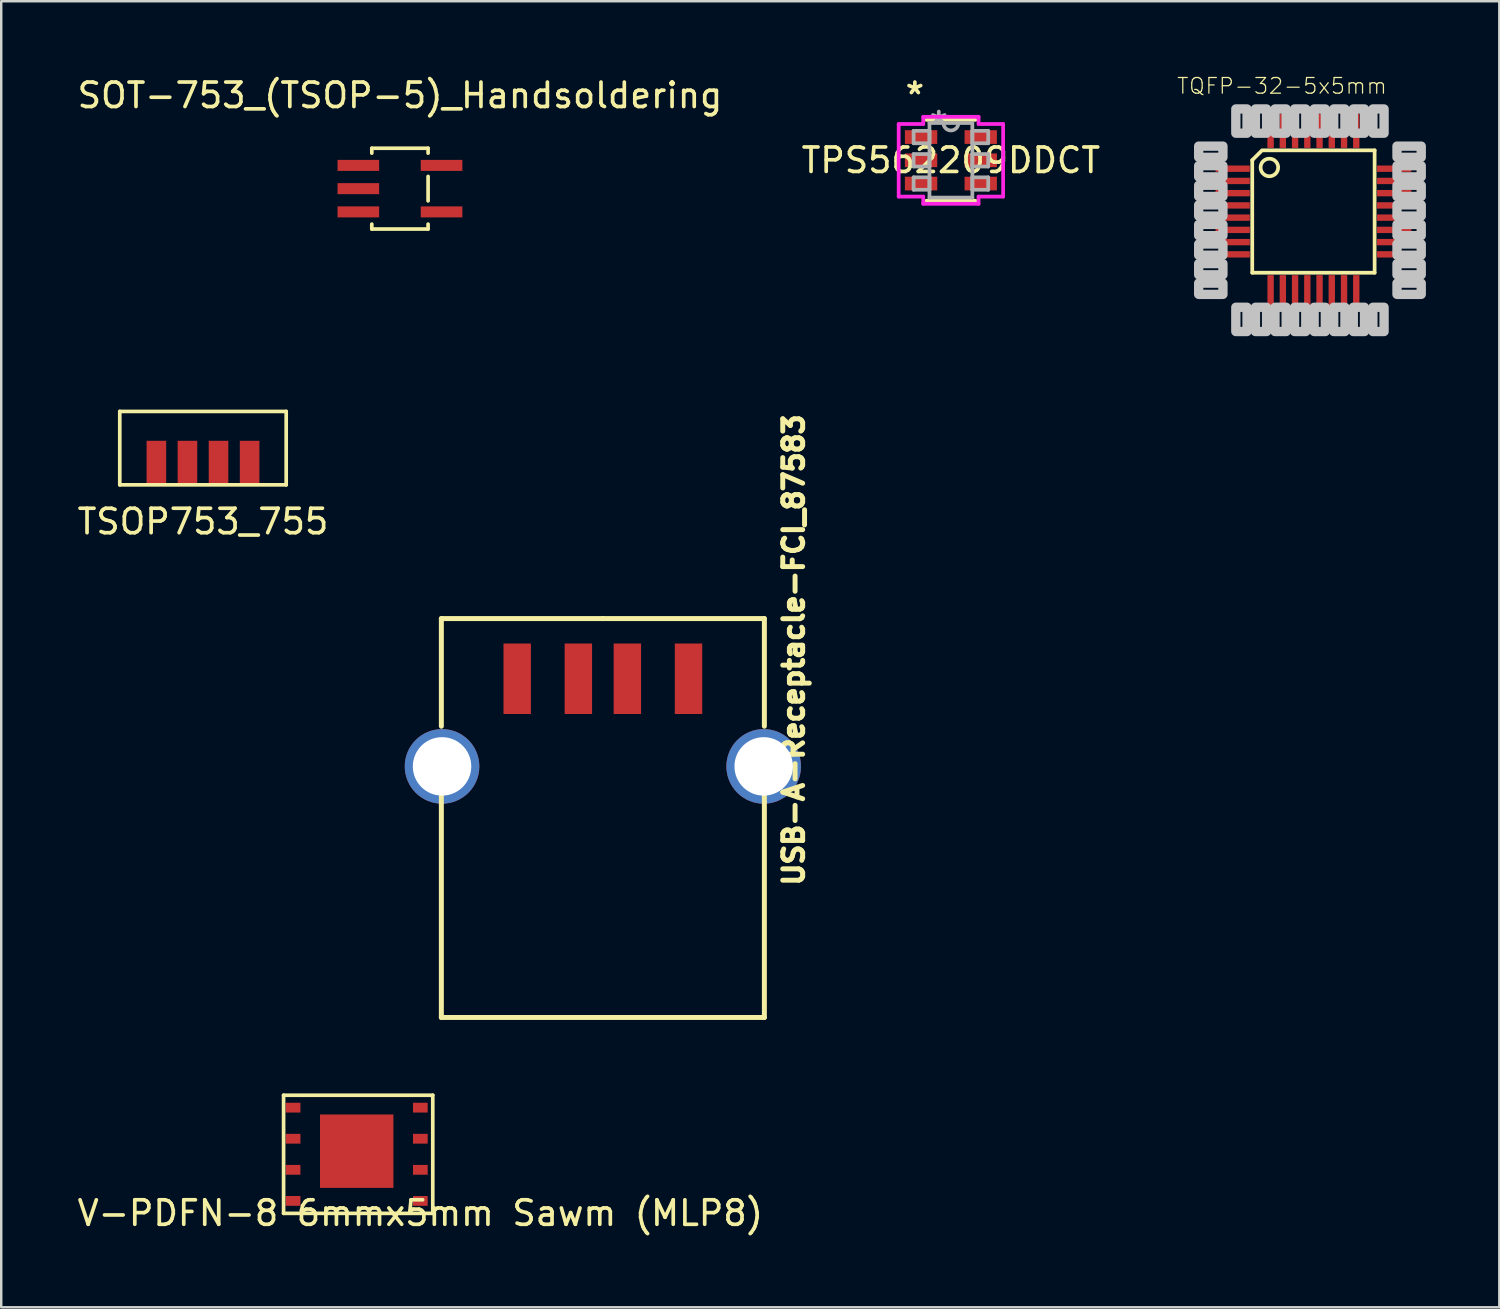
<source format=kicad_pcb>
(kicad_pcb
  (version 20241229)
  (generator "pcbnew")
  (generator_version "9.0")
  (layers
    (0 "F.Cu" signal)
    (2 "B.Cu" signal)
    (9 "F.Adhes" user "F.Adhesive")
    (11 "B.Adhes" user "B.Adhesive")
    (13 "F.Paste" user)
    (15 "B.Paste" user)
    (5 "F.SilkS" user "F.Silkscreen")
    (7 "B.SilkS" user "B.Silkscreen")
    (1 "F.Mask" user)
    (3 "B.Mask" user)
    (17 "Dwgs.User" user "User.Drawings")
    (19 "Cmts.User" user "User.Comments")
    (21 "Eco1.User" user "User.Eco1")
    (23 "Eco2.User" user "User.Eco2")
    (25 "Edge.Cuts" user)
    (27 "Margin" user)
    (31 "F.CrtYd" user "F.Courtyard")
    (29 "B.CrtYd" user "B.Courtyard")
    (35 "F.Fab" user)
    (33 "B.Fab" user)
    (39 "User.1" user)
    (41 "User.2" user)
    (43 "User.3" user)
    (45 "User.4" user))
  (footprint "SOT-753_(TSOP-5)_Handsoldering"
    (layer "F.Cu")
    (at 13.292 4.658)
    (property "Reference" "SOT-753_(TSOP-5)_Handsoldering" (at 0 -3.81 0) (layer "F.SilkS") (effects (font (size 1 1) (thickness 0.15))))
    (attr through_hole)
    (fp_line (start -1.15 -1.65) (end -1.15 -1.45) (stroke (width 0.15) (type solid)) (layer "F.SilkS"))
    (fp_line (start -1.15 -1.65) (end 1.15 -1.65) (stroke (width 0.15) (type solid)) (layer "F.SilkS"))
    (fp_line (start -1.15 1.65) (end -1.15 1.45) (stroke (width 0.15) (type solid)) (layer "F.SilkS"))
    (fp_line (start 1.15 -1.65) (end 1.15 -1.45) (stroke (width 0.15) (type solid)) (layer "F.SilkS"))
    (fp_line (start 1.15 -0.5) (end 1.15 0.5) (stroke (width 0.15) (type solid)) (layer "F.SilkS"))
    (fp_line (start 1.15 1.45) (end 1.15 1.65) (stroke (width 0.15) (type solid)) (layer "F.SilkS"))
    (fp_line (start 1.15 1.65) (end -1.15 1.65) (stroke (width 0.15) (type solid)) (layer "F.SilkS"))
    (pad "1" smd rect (at -1.2 -0.95) (size 1.7 0.45) (drill (offset -0.5 0)) (layers "F.Cu" "F.Mask" "F.Paste"))
    (pad "2" smd rect (at -1.2 0) (size 1.7 0.45) (drill (offset -0.5 0)) (layers "F.Cu" "F.Mask" "F.Paste"))
    (pad "3" smd rect (at -1.2 0.95) (size 1.7 0.45) (drill (offset -0.5 0)) (layers "F.Cu" "F.Mask" "F.Paste"))
    (pad "4" smd rect (at 1.2 0.95) (size 1.7 0.45) (drill (offset 0.5 0)) (layers "F.Cu" "F.Mask" "F.Paste"))
    (pad "5" smd rect (at 1.2 -0.95) (size 1.7 0.45) (drill (offset 0.5 0)) (layers "F.Cu" "F.Mask" "F.Paste")))
  (footprint "V-PDFN-8 6mmx5mm Sawm (MLP8)"
    (layer "F.Cu")
    (at 14.125 46.019)
    (property "Reference" "V-PDFN-8 6mmx5mm Sawm (MLP8)" (at 0 0.5 0) (layer "F.SilkS") (effects (font (size 1 1) (thickness 0.15))))
    (attr through_hole)
    (fp_line (start -5.588 -4.318) (end -5.588 0.508) (stroke (width 0.15) (type solid)) (layer "F.SilkS"))
    (fp_line (start -5.588 0.508) (end 0.508 0.508) (stroke (width 0.15) (type solid)) (layer "F.SilkS"))
    (fp_line (start 0.508 -4.318) (end -5.588 -4.318) (stroke (width 0.15) (type solid)) (layer "F.SilkS"))
    (fp_line (start 0.508 0.508) (end 0.508 -4.318) (stroke (width 0.15) (type solid)) (layer "F.SilkS"))
    (pad "1" smd rect (at 0 -3.81) (size 0.6 0.4) (layers "F.Cu" "F.Mask" "F.Paste"))
    (pad "2" smd rect (at 0 -2.54) (size 0.6 0.4) (layers "F.Cu" "F.Mask" "F.Paste"))
    (pad "3" smd rect (at 0 -1.27) (size 0.6 0.4) (layers "F.Cu" "F.Mask" "F.Paste"))
    (pad "4" smd rect (at 0 0) (size 0.6 0.4) (layers "F.Cu" "F.Mask" "F.Paste"))
    (pad "5" smd rect (at -5.2 0) (size 0.6 0.4) (layers "F.Cu" "F.Mask" "F.Paste"))
    (pad "6" smd rect (at -5.2 -1.27) (size 0.6 0.4) (layers "F.Cu" "F.Mask" "F.Paste"))
    (pad "7" smd rect (at -5.2 -2.54) (size 0.6 0.4) (layers "F.Cu" "F.Mask" "F.Paste"))
    (pad "8" smd rect (at -5.2 -3.81) (size 0.6 0.4) (layers "F.Cu" "F.Mask" "F.Paste"))
    (pad "PAD" smd rect (at -2.6 -2.032) (size 3 3) (layers "F.Cu" "F.Mask" "F.Paste")))
  (footprint "TSOP753_755"
    (layer "F.Cu")
    (at 5.244 15.261)
    (property "Reference" "TSOP753_755" (at 0 3 0) (layer "F.SilkS") (effects (font (size 1 1) (thickness 0.15))))
    (attr through_hole)
    (fp_line (start -3.4 -1.5) (end -3.4 1.5) (stroke (width 0.15) (type solid)) (layer "F.SilkS"))
    (fp_line (start -3.4 -1.5) (end 3.4 -1.5) (stroke (width 0.15) (type solid)) (layer "F.SilkS"))
    (fp_line (start -3.4 1.5) (end 3.4 1.5) (stroke (width 0.15) (type solid)) (layer "F.SilkS"))
    (fp_line (start 3.4 -1.5) (end 3.4 1.5) (stroke (width 0.15) (type solid)) (layer "F.SilkS"))
    (pad "1" smd rect (at -1.905 0.6) (size 0.8 1.8) (layers "F.Cu" "F.Mask" "F.Paste"))
    (pad "2" smd rect (at -0.635 0.6) (size 0.8 1.8) (layers "F.Cu" "F.Mask" "F.Paste"))
    (pad "3" smd rect (at 0.635 0.6) (size 0.8 1.8) (layers "F.Cu" "F.Mask" "F.Paste"))
    (pad "4" smd rect (at 1.905 0.6) (size 0.8 1.8) (layers "F.Cu" "F.Mask" "F.Paste")))
  (footprint "TPS562209DDCT"
    (layer "F.Cu")
    (at 35.804 3.5)
    (property "Reference" "TPS562209DDCT" (at 0 0 0) (layer "F.SilkS") (effects (font (size 1 1) (thickness 0.15))))
    (attr through_hole)
    (fp_line (start -1.003 1.651) (end 1.003 1.651) (stroke (width 0.152) (type solid)) (layer "F.SilkS"))
    (fp_line (start 1.003 -1.651) (end -1.003 -1.651) (stroke (width 0.152) (type solid)) (layer "F.SilkS"))
    (fp_line (start -2.134 -1.483) (end -1.13 -1.483) (stroke (width 0.152) (type solid)) (layer "F.CrtYd"))
    (fp_line (start -2.134 1.483) (end -2.134 -1.483) (stroke (width 0.152) (type solid)) (layer "F.CrtYd"))
    (fp_line (start -1.13 -1.778) (end 1.13 -1.778) (stroke (width 0.152) (type solid)) (layer "F.CrtYd"))
    (fp_line (start -1.13 -1.483) (end -1.13 -1.778) (stroke (width 0.152) (type solid)) (layer "F.CrtYd"))
    (fp_line (start -1.13 1.483) (end -2.134 1.483) (stroke (width 0.152) (type solid)) (layer "F.CrtYd"))
    (fp_line (start -1.13 1.778) (end -1.13 1.483) (stroke (width 0.152) (type solid)) (layer "F.CrtYd"))
    (fp_line (start 1.13 -1.778) (end 1.13 -1.483) (stroke (width 0.152) (type solid)) (layer "F.CrtYd"))
    (fp_line (start 1.13 -1.483) (end 2.134 -1.483) (stroke (width 0.152) (type solid)) (layer "F.CrtYd"))
    (fp_line (start 1.13 1.483) (end 1.13 1.778) (stroke (width 0.152) (type solid)) (layer "F.CrtYd"))
    (fp_line (start 1.13 1.778) (end -1.13 1.778) (stroke (width 0.152) (type solid)) (layer "F.CrtYd"))
    (fp_line (start 2.134 -1.483) (end 2.134 1.483) (stroke (width 0.152) (type solid)) (layer "F.CrtYd"))
    (fp_line (start 2.134 1.483) (end 1.13 1.483) (stroke (width 0.152) (type solid)) (layer "F.CrtYd"))
    (fp_line (start -1.524 -1.204) (end -1.524 -0.696) (stroke (width 0.152) (type solid)) (layer "F.Fab"))
    (fp_line (start -1.524 -0.696) (end -0.876 -0.696) (stroke (width 0.152) (type solid)) (layer "F.Fab"))
    (fp_line (start -1.524 -0.254) (end -1.524 0.254) (stroke (width 0.152) (type solid)) (layer "F.Fab"))
    (fp_line (start -1.524 0.254) (end -0.876 0.254) (stroke (width 0.152) (type solid)) (layer "F.Fab"))
    (fp_line (start -1.524 0.696) (end -1.524 1.204) (stroke (width 0.152) (type solid)) (layer "F.Fab"))
    (fp_line (start -1.524 1.204) (end -0.876 1.204) (stroke (width 0.152) (type solid)) (layer "F.Fab"))
    (fp_line (start -0.876 -1.524) (end -0.876 1.524) (stroke (width 0.152) (type solid)) (layer "F.Fab"))
    (fp_line (start -0.876 -1.204) (end -1.524 -1.204) (stroke (width 0.152) (type solid)) (layer "F.Fab"))
    (fp_line (start -0.876 -0.696) (end -0.876 -1.204) (stroke (width 0.152) (type solid)) (layer "F.Fab"))
    (fp_line (start -0.876 -0.254) (end -1.524 -0.254) (stroke (width 0.152) (type solid)) (layer "F.Fab"))
    (fp_line (start -0.876 0.254) (end -0.876 -0.254) (stroke (width 0.152) (type solid)) (layer "F.Fab"))
    (fp_line (start -0.876 0.696) (end -1.524 0.696) (stroke (width 0.152) (type solid)) (layer "F.Fab"))
    (fp_line (start -0.876 1.204) (end -0.876 0.696) (stroke (width 0.152) (type solid)) (layer "F.Fab"))
    (fp_line (start -0.876 1.524) (end 0.876 1.524) (stroke (width 0.152) (type solid)) (layer "F.Fab"))
    (fp_line (start 0.876 -1.524) (end -0.876 -1.524) (stroke (width 0.152) (type solid)) (layer "F.Fab"))
    (fp_line (start 0.876 -1.204) (end 0.876 -0.696) (stroke (width 0.152) (type solid)) (layer "F.Fab"))
    (fp_line (start 0.876 -0.696) (end 1.524 -0.696) (stroke (width 0.152) (type solid)) (layer "F.Fab"))
    (fp_line (start 0.876 -0.254) (end 0.876 0.254) (stroke (width 0.152) (type solid)) (layer "F.Fab"))
    (fp_line (start 0.876 0.254) (end 1.524 0.254) (stroke (width 0.152) (type solid)) (layer "F.Fab"))
    (fp_line (start 0.876 0.696) (end 0.876 1.204) (stroke (width 0.152) (type solid)) (layer "F.Fab"))
    (fp_line (start 0.876 1.204) (end 1.524 1.204) (stroke (width 0.152) (type solid)) (layer "F.Fab"))
    (fp_line (start 0.876 1.524) (end 0.876 -1.524) (stroke (width 0.152) (type solid)) (layer "F.Fab"))
    (fp_line (start 1.524 -1.204) (end 0.876 -1.204) (stroke (width 0.152) (type solid)) (layer "F.Fab"))
    (fp_line (start 1.524 -0.696) (end 1.524 -1.204) (stroke (width 0.152) (type solid)) (layer "F.Fab"))
    (fp_line (start 1.524 -0.254) (end 0.876 -0.254) (stroke (width 0.152) (type solid)) (layer "F.Fab"))
    (fp_line (start 1.524 0.254) (end 1.524 -0.254) (stroke (width 0.152) (type solid)) (layer "F.Fab"))
    (fp_line (start 1.524 0.696) (end 0.876 0.696) (stroke (width 0.152) (type solid)) (layer "F.Fab"))
    (fp_line (start 1.524 1.204) (end 1.524 0.696) (stroke (width 0.152) (type solid)) (layer "F.Fab"))
    (fp_arc (start 0.3048 -1.524) (mid 0 -1.2192) (end -0.3048 -1.524) (stroke (width 0.1524) (type solid)) (layer "F.Fab"))
    (fp_text user "*" (at -1.473 -2.652 0) (layer "F.SilkS") (effects (font (size 1 1) (thickness 0.15))))
    (fp_text user "Copyright 2016 Accelerated Designs. All rights reserved." (at 0 0 0) (layer "Cmts.User") (effects (font (size 0.127 0.127) (thickness 0.002))))
    (fp_text user "*" (at -0.495 -1.448 0) (layer "F.Fab") (effects (font (size 1 1) (thickness 0.15))))
    (pad "1" smd rect (at -1.219 -0.95) (size 1.321 0.559) (layers "F.Cu" "F.Mask" "F.Paste"))
    (pad "2" smd rect (at -1.219 0) (size 1.321 0.559) (layers "F.Cu" "F.Mask" "F.Paste"))
    (pad "3" smd rect (at -1.219 0.95) (size 1.321 0.559) (layers "F.Cu" "F.Mask" "F.Paste"))
    (pad "4" smd rect (at 1.219 0.95) (size 1.321 0.559) (layers "F.Cu" "F.Mask" "F.Paste"))
    (pad "5" smd rect (at 1.219 0) (size 1.321 0.559) (layers "F.Cu" "F.Mask" "F.Paste"))
    (pad "6" smd rect (at 1.219 -0.95) (size 1.321 0.559) (layers "F.Cu" "F.Mask" "F.Paste")))
  (footprint "TQFP-32-5x5mm"
    (layer "F.Cu")
    (at 50.617 5.593)
    (property "Reference" "TQFP-32-5x5mm" (at -1.285 -5.13 0) (layer "F.SilkS") (effects (font (size 0.64 0.64) (thickness 0.05))))
    (attr smd)
    (fp_line (start -2.5 2.5) (end -2.5 -2.1) (stroke (width 0.152) (type solid)) (layer "F.SilkS"))
    (fp_line (start -2.145 -2.455) (end -2.5 -2.1) (stroke (width 0.152) (type solid)) (layer "F.SilkS"))
    (fp_line (start -2.1 -2.5) (end 2.5 -2.5) (stroke (width 0.152) (type solid)) (layer "F.SilkS"))
    (fp_line (start 2.5 -2.5) (end 2.5 2.5) (stroke (width 0.152) (type solid)) (layer "F.SilkS"))
    (fp_line (start 2.5 2.5) (end -2.5 2.5) (stroke (width 0.152) (type solid)) (layer "F.SilkS"))
    (fp_circle (center -1.8 -1.8) (end -1.441 -1.8) (stroke (width 0.152) (type solid)) (fill no) (layer "F.SilkS"))
    (fp_poly (pts (xy -4.689 -2.673) (xy -3.698 -2.673) (xy -3.698 -2.215) (xy -4.689 -2.215)) (stroke (width 0.381) (type solid)) (fill no) (layer "Dwgs.User"))
    (fp_poly (pts (xy -4.689 -1.873) (xy -3.698 -1.873) (xy -3.698 -1.415) (xy -4.689 -1.415)) (stroke (width 0.381) (type solid)) (fill no) (layer "Dwgs.User"))
    (fp_poly (pts (xy -4.689 -1.073) (xy -3.698 -1.073) (xy -3.698 -0.615) (xy -4.689 -0.615)) (stroke (width 0.381) (type solid)) (fill no) (layer "Dwgs.User"))
    (fp_poly (pts (xy -4.689 -0.273) (xy -3.698 -0.273) (xy -3.698 0.185) (xy -4.689 0.185)) (stroke (width 0.381) (type solid)) (fill no) (layer "Dwgs.User"))
    (fp_poly (pts (xy -4.689 0.527) (xy -3.698 0.527) (xy -3.698 0.985) (xy -4.689 0.985)) (stroke (width 0.381) (type solid)) (fill no) (layer "Dwgs.User"))
    (fp_poly (pts (xy -4.689 1.327) (xy -3.698 1.327) (xy -3.698 1.785) (xy -4.689 1.785)) (stroke (width 0.381) (type solid)) (fill no) (layer "Dwgs.User"))
    (fp_poly (pts (xy -4.689 2.127) (xy -3.698 2.127) (xy -3.698 2.585) (xy -4.689 2.585)) (stroke (width 0.381) (type solid)) (fill no) (layer "Dwgs.User"))
    (fp_poly (pts (xy -4.689 2.927) (xy -3.698 2.927) (xy -3.698 3.385) (xy -4.689 3.385)) (stroke (width 0.381) (type solid)) (fill no) (layer "Dwgs.User"))
    (fp_poly (pts (xy -3.171 -4.191) (xy -2.713 -4.191) (xy -2.713 -3.2) (xy -3.171 -3.2)) (stroke (width 0.381) (type solid)) (fill no) (layer "Dwgs.User"))
    (fp_poly (pts (xy -3.171 3.912) (xy -2.713 3.912) (xy -2.713 4.903) (xy -3.171 4.903)) (stroke (width 0.381) (type solid)) (fill no) (layer "Dwgs.User"))
    (fp_poly (pts (xy -2.371 -4.191) (xy -1.913 -4.191) (xy -1.913 -3.2) (xy -2.371 -3.2)) (stroke (width 0.381) (type solid)) (fill no) (layer "Dwgs.User"))
    (fp_poly (pts (xy -2.371 3.912) (xy -1.913 3.912) (xy -1.913 4.903) (xy -2.371 4.903)) (stroke (width 0.381) (type solid)) (fill no) (layer "Dwgs.User"))
    (fp_poly (pts (xy -1.571 -4.191) (xy -1.113 -4.191) (xy -1.113 -3.2) (xy -1.571 -3.2)) (stroke (width 0.381) (type solid)) (fill no) (layer "Dwgs.User"))
    (fp_poly (pts (xy -1.571 3.912) (xy -1.113 3.912) (xy -1.113 4.903) (xy -1.571 4.903)) (stroke (width 0.381) (type solid)) (fill no) (layer "Dwgs.User"))
    (fp_poly (pts (xy -0.771 -4.191) (xy -0.313 -4.191) (xy -0.313 -3.2) (xy -0.771 -3.2)) (stroke (width 0.381) (type solid)) (fill no) (layer "Dwgs.User"))
    (fp_poly (pts (xy -0.771 3.912) (xy -0.313 3.912) (xy -0.313 4.903) (xy -0.771 4.903)) (stroke (width 0.381) (type solid)) (fill no) (layer "Dwgs.User"))
    (fp_poly (pts (xy 0.029 -4.191) (xy 0.487 -4.191) (xy 0.487 -3.2) (xy 0.029 -3.2)) (stroke (width 0.381) (type solid)) (fill no) (layer "Dwgs.User"))
    (fp_poly (pts (xy 0.029 3.912) (xy 0.487 3.912) (xy 0.487 4.903) (xy 0.029 4.903)) (stroke (width 0.381) (type solid)) (fill no) (layer "Dwgs.User"))
    (fp_poly (pts (xy 0.829 -4.191) (xy 1.287 -4.191) (xy 1.287 -3.2) (xy 0.829 -3.2)) (stroke (width 0.381) (type solid)) (fill no) (layer "Dwgs.User"))
    (fp_poly (pts (xy 0.829 3.912) (xy 1.287 3.912) (xy 1.287 4.903) (xy 0.829 4.903)) (stroke (width 0.381) (type solid)) (fill no) (layer "Dwgs.User"))
    (fp_poly (pts (xy 1.629 -4.191) (xy 2.087 -4.191) (xy 2.087 -3.2) (xy 1.629 -3.2)) (stroke (width 0.381) (type solid)) (fill no) (layer "Dwgs.User"))
    (fp_poly (pts (xy 1.629 3.912) (xy 2.087 3.912) (xy 2.087 4.903) (xy 1.629 4.903)) (stroke (width 0.381) (type solid)) (fill no) (layer "Dwgs.User"))
    (fp_poly (pts (xy 2.429 -4.191) (xy 2.887 -4.191) (xy 2.887 -3.2) (xy 2.429 -3.2)) (stroke (width 0.381) (type solid)) (fill no) (layer "Dwgs.User"))
    (fp_poly (pts (xy 2.429 3.912) (xy 2.887 3.912) (xy 2.887 4.903) (xy 2.429 4.903)) (stroke (width 0.381) (type solid)) (fill no) (layer "Dwgs.User"))
    (fp_poly (pts (xy 3.414 -2.673) (xy 4.405 -2.673) (xy 4.405 -2.215) (xy 3.414 -2.215)) (stroke (width 0.381) (type solid)) (fill no) (layer "Dwgs.User"))
    (fp_poly (pts (xy 3.414 -1.873) (xy 4.405 -1.873) (xy 4.405 -1.415) (xy 3.414 -1.415)) (stroke (width 0.381) (type solid)) (fill no) (layer "Dwgs.User"))
    (fp_poly (pts (xy 3.414 -1.073) (xy 4.405 -1.073) (xy 4.405 -0.615) (xy 3.414 -0.615)) (stroke (width 0.381) (type solid)) (fill no) (layer "Dwgs.User"))
    (fp_poly (pts (xy 3.414 -0.273) (xy 4.405 -0.273) (xy 4.405 0.185) (xy 3.414 0.185)) (stroke (width 0.381) (type solid)) (fill no) (layer "Dwgs.User"))
    (fp_poly (pts (xy 3.414 0.527) (xy 4.405 0.527) (xy 4.405 0.985) (xy 3.414 0.985)) (stroke (width 0.381) (type solid)) (fill no) (layer "Dwgs.User"))
    (fp_poly (pts (xy 3.414 1.327) (xy 4.405 1.327) (xy 4.405 1.785) (xy 3.414 1.785)) (stroke (width 0.381) (type solid)) (fill no) (layer "Dwgs.User"))
    (fp_poly (pts (xy 3.414 2.127) (xy 4.405 2.127) (xy 4.405 2.585) (xy 3.414 2.585)) (stroke (width 0.381) (type solid)) (fill no) (layer "Dwgs.User"))
    (fp_poly (pts (xy 3.414 2.927) (xy 4.405 2.927) (xy 4.405 3.385) (xy 3.414 3.385)) (stroke (width 0.381) (type solid)) (fill no) (layer "Dwgs.User"))
    (pad "1" smd rect (at -3.3 -1.75) (size 1.4 0.26) (layers "F.Cu" "F.Mask" "F.Paste"))
    (pad "2" smd rect (at -3.3 -1.25) (size 1.4 0.26) (layers "F.Cu" "F.Mask" "F.Paste"))
    (pad "3" smd rect (at -3.3 -0.75) (size 1.4 0.26) (layers "F.Cu" "F.Mask" "F.Paste"))
    (pad "4" smd rect (at -3.3 -0.25) (size 1.4 0.26) (layers "F.Cu" "F.Mask" "F.Paste"))
    (pad "5" smd rect (at -3.3 0.25) (size 1.4 0.26) (layers "F.Cu" "F.Mask" "F.Paste"))
    (pad "6" smd rect (at -3.3 0.75) (size 1.4 0.26) (layers "F.Cu" "F.Mask" "F.Paste"))
    (pad "7" smd rect (at -3.3 1.25) (size 1.4 0.26) (layers "F.Cu" "F.Mask" "F.Paste"))
    (pad "8" smd rect (at -3.3 1.75) (size 1.4 0.26) (layers "F.Cu" "F.Mask" "F.Paste"))
    (pad "9" smd rect (at -1.75 3.3 270) (size 1.4 0.26) (layers "F.Cu" "F.Mask" "F.Paste"))
    (pad "10" smd rect (at -1.25 3.3 270) (size 1.4 0.26) (layers "F.Cu" "F.Mask" "F.Paste"))
    (pad "11" smd rect (at -0.75 3.3 270) (size 1.4 0.26) (layers "F.Cu" "F.Mask" "F.Paste"))
    (pad "12" smd rect (at -0.25 3.3 270) (size 1.4 0.26) (layers "F.Cu" "F.Mask" "F.Paste"))
    (pad "13" smd rect (at 0.25 3.3 270) (size 1.4 0.26) (layers "F.Cu" "F.Mask" "F.Paste"))
    (pad "14" smd rect (at 0.75 3.3 270) (size 1.4 0.26) (layers "F.Cu" "F.Mask" "F.Paste"))
    (pad "15" smd rect (at 1.25 3.3 270) (size 1.4 0.26) (layers "F.Cu" "F.Mask" "F.Paste"))
    (pad "16" smd rect (at 1.75 3.3 270) (size 1.4 0.26) (layers "F.Cu" "F.Mask" "F.Paste"))
    (pad "17" smd rect (at 3.3 1.75) (size 1.4 0.26) (layers "F.Cu" "F.Mask" "F.Paste"))
    (pad "18" smd rect (at 3.3 1.25) (size 1.4 0.26) (layers "F.Cu" "F.Mask" "F.Paste"))
    (pad "19" smd rect (at 3.3 0.75) (size 1.4 0.26) (layers "F.Cu" "F.Mask" "F.Paste"))
    (pad "20" smd rect (at 3.3 0.25) (size 1.4 0.26) (layers "F.Cu" "F.Mask" "F.Paste"))
    (pad "21" smd rect (at 3.3 -0.25) (size 1.4 0.26) (layers "F.Cu" "F.Mask" "F.Paste"))
    (pad "22" smd rect (at 3.3 -0.75) (size 1.4 0.26) (layers "F.Cu" "F.Mask" "F.Paste"))
    (pad "23" smd rect (at 3.3 -1.25) (size 1.4 0.26) (layers "F.Cu" "F.Mask" "F.Paste"))
    (pad "24" smd rect (at 3.3 -1.75) (size 1.4 0.26) (layers "F.Cu" "F.Mask" "F.Paste"))
    (pad "25" smd rect (at 1.75 -3.3 270) (size 1.4 0.26) (layers "F.Cu" "F.Mask" "F.Paste"))
    (pad "26" smd rect (at 1.25 -3.3 270) (size 1.4 0.26) (layers "F.Cu" "F.Mask" "F.Paste"))
    (pad "27" smd rect (at 0.75 -3.3 270) (size 1.4 0.26) (layers "F.Cu" "F.Mask" "F.Paste"))
    (pad "28" smd rect (at 0.25 -3.3 270) (size 1.4 0.26) (layers "F.Cu" "F.Mask" "F.Paste"))
    (pad "29" smd rect (at -0.25 -3.3 270) (size 1.4 0.26) (layers "F.Cu" "F.Mask" "F.Paste"))
    (pad "30" smd rect (at -0.75 -3.3 270) (size 1.4 0.26) (layers "F.Cu" "F.Mask" "F.Paste"))
    (pad "31" smd rect (at -1.25 -3.3 270) (size 1.4 0.26) (layers "F.Cu" "F.Mask" "F.Paste"))
    (pad "32" smd rect (at -1.75 -3.3 270) (size 1.4 0.26) (layers "F.Cu" "F.Mask" "F.Paste")))
  (footprint "USB-A-Receptacle-FCI_87583"
    (layer "F.Cu")
    (at 21.583 26.124)
    (property "Reference" "USB-A-Receptacle-FCI_87583" (at 7.798 -2.616 90) (layer "F.SilkS") (effects (font (size 0.813 0.813) (thickness 0.203))))
    (attr through_hole)
    (fp_line (start -6.599 -3.899) (end -6.599 0.5) (stroke (width 0.203) (type solid)) (layer "F.SilkS"))
    (fp_line (start -6.599 2.101) (end -6.599 12.4) (stroke (width 0.203) (type solid)) (layer "F.SilkS"))
    (fp_line (start 0 -3.899) (end -6.599 -3.899) (stroke (width 0.203) (type solid)) (layer "F.SilkS"))
    (fp_line (start 0 -3.899) (end 6.599 -3.899) (stroke (width 0.203) (type solid)) (layer "F.SilkS"))
    (fp_line (start 6.599 -3.899) (end 6.599 0.5) (stroke (width 0.203) (type solid)) (layer "F.SilkS"))
    (fp_line (start 6.599 2.101) (end 6.599 12.4) (stroke (width 0.203) (type solid)) (layer "F.SilkS"))
    (fp_line (start 6.599 12.4) (end -6.599 12.4) (stroke (width 0.203) (type solid)) (layer "F.SilkS"))
    (pad "1" smd rect (at -3.5 -1.44) (size 1.12 2.88) (layers "F.Cu" "F.Mask" "F.Paste"))
    (pad "2" smd rect (at -1.001 -1.44) (size 1.12 2.88) (layers "F.Cu" "F.Mask" "F.Paste"))
    (pad "3" smd rect (at 1.001 -1.44) (size 1.12 2.88) (layers "F.Cu" "F.Mask" "F.Paste"))
    (pad "4" smd rect (at 3.5 -1.44) (size 1.12 2.88) (layers "F.Cu" "F.Mask" "F.Paste"))
    (pad "5" thru_hole circle (at -6.571 2.141) (size 3.048 3.048) (drill 2.388) (layers "*.Cu" "*.Mask"))
    (pad "5" thru_hole circle (at 6.571 2.141) (size 3.048 3.048) (drill 2.388) (layers "*.Cu" "*.Mask")))
  (gr_rect
    (start -3 -3)
    (end 58.212 50.367)
    (stroke (width 0.1) (type default))
    (fill no)
    (layer "Edge.Cuts")))
</source>
